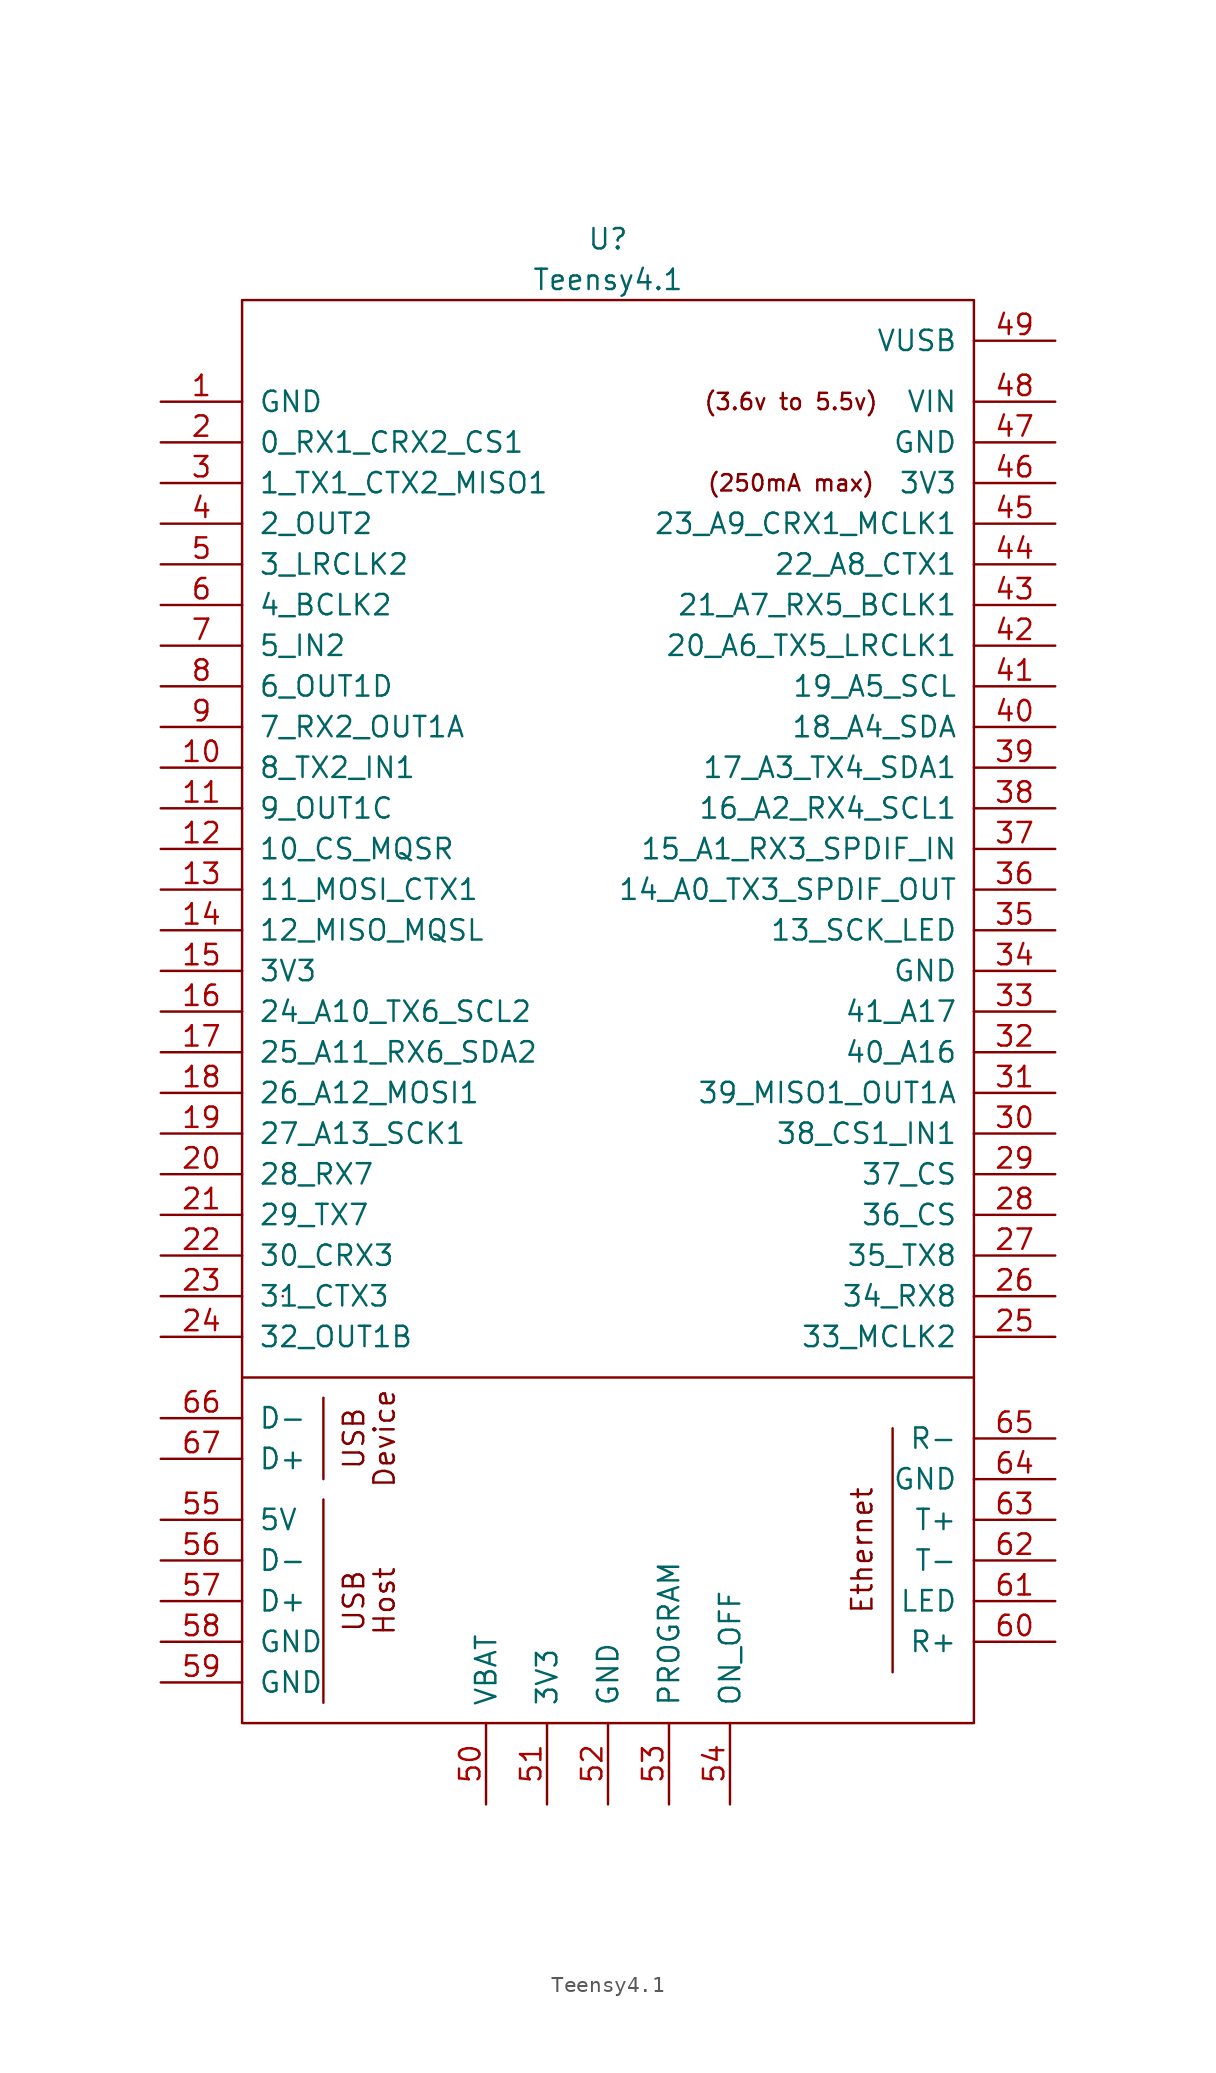
<source format=kicad_sym>
(kicad_symbol_lib
  (version 20231120)
  (generator "kicad_symbol_editor")
  (generator_version "8.0")
  (symbol "Teensy4.1"
    (pin_names
      (offset 1.016))
    (property "Reference" "U"
      (at 0 64.77 0)
      (effects (font (size 1.27 1.27))))
    (property "Value" "Teensy4.1"
      (at 0 62.23 0)
      (effects (font (size 1.27 1.27))))
    (symbol "Teensy4.1_0_0"
      (polyline (pts (xy -22.86 -6.35) (xy 22.86 -6.35)) (stroke (width 0) (type solid)) (fill (type none)))
      (polyline (pts (xy -17.78 -26.67) (xy -17.78 -13.97)) (stroke (width 0) (type solid)) (fill (type none)))
      (polyline (pts (xy -17.78 -7.62) (xy -17.78 -12.7)) (stroke (width 0) (type solid)) (fill (type none)))
      (polyline (pts (xy 17.78 -9.525) (xy 17.78 -24.765)) (stroke (width 0) (type solid)) (fill (type none)))
      (text "(250mA max)" (at 11.43 49.53 0) (effects (font (size 1.016 1.016))))
      (text "(3.6v to 5.5v)" (at 11.43 54.61 0) (effects (font (size 1.016 1.016))))
      (text "Device" (at -13.97 -10.16 900) (effects (font (size 1.27 1.27))))
      (text "Ethernet" (at 15.875 -17.145 900) (effects (font (size 1.27 1.27))))
      (text "Host" (at -13.97 -20.32 900) (effects (font (size 1.27 1.27))))
      (text "USB" (at -15.875 -20.32 900) (effects (font (size 1.27 1.27))))
      (text "USB" (at -15.875 -10.16 900) (effects (font (size 1.27 1.27))))
      (pin bidirectional line (at -27.94 31.75 0) (length 5.08) (name "8_TX2_IN1" (effects (font (size 1.27 1.27)))) (number "10" (effects (font (size 1.27 1.27)))))
      (pin bidirectional line (at -27.94 29.21 0) (length 5.08) (name "9_OUT1C" (effects (font (size 1.27 1.27)))) (number "11" (effects (font (size 1.27 1.27)))))
      (pin bidirectional line (at -27.94 26.67 0) (length 5.08) (name "10_CS_MQSR" (effects (font (size 1.27 1.27)))) (number "12" (effects (font (size 1.27 1.27)))))
      (pin bidirectional line (at -27.94 24.13 0) (length 5.08) (name "11_MOSI_CTX1" (effects (font (size 1.27 1.27)))) (number "13" (effects (font (size 1.27 1.27)))))
      (pin bidirectional line (at -27.94 21.59 0) (length 5.08) (name "12_MISO_MQSL" (effects (font (size 1.27 1.27)))) (number "14" (effects (font (size 1.27 1.27)))))
      (pin power_in line (at -27.94 19.05 0) (length 5.08) (name "3V3" (effects (font (size 1.27 1.27)))) (number "15" (effects (font (size 1.27 1.27)))))
      (pin bidirectional line (at -27.94 16.51 0) (length 5.08) (name "24_A10_TX6_SCL2" (effects (font (size 1.27 1.27)))) (number "16" (effects (font (size 1.27 1.27)))))
      (pin bidirectional line (at -27.94 13.97 0) (length 5.08) (name "25_A11_RX6_SDA2" (effects (font (size 1.27 1.27)))) (number "17" (effects (font (size 1.27 1.27)))))
      (pin bidirectional line (at -27.94 11.43 0) (length 5.08) (name "26_A12_MOSI1" (effects (font (size 1.27 1.27)))) (number "18" (effects (font (size 1.27 1.27)))))
      (pin bidirectional line (at -27.94 8.89 0) (length 5.08) (name "27_A13_SCK1" (effects (font (size 1.27 1.27)))) (number "19" (effects (font (size 1.27 1.27)))))
      (pin bidirectional line (at -27.94 6.35 0) (length 5.08) (name "28_RX7" (effects (font (size 1.27 1.27)))) (number "20" (effects (font (size 1.27 1.27)))))
      (pin bidirectional line (at -27.94 3.81 0) (length 5.08) (name "29_TX7" (effects (font (size 1.27 1.27)))) (number "21" (effects (font (size 1.27 1.27)))))
      (pin bidirectional line (at -27.94 1.27 0) (length 5.08) (name "30_CRX3" (effects (font (size 1.27 1.27)))) (number "22" (effects (font (size 1.27 1.27)))))
      (pin bidirectional line (at -27.94 -1.27 0) (length 5.08) (name "31_CTX3" (effects (font (size 1.27 1.27)))) (number "23" (effects (font (size 1.27 1.27)))))
      (pin bidirectional line (at -27.94 -3.81 0) (length 5.08) (name "32_OUT1B" (effects (font (size 1.27 1.27)))) (number "24" (effects (font (size 1.27 1.27)))))
      (pin bidirectional line (at 27.94 -3.81 180) (length 5.08) (name "33_MCLK2" (effects (font (size 1.27 1.27)))) (number "25" (effects (font (size 1.27 1.27)))))
      (pin bidirectional line (at 27.94 -1.27 180) (length 5.08) (name "34_RX8" (effects (font (size 1.27 1.27)))) (number "26" (effects (font (size 1.27 1.27)))))
      (pin bidirectional line (at 27.94 1.27 180) (length 5.08) (name "35_TX8" (effects (font (size 1.27 1.27)))) (number "27" (effects (font (size 1.27 1.27)))))
      (pin bidirectional line (at 27.94 3.81 180) (length 5.08) (name "36_CS" (effects (font (size 1.27 1.27)))) (number "28" (effects (font (size 1.27 1.27)))))
      (pin bidirectional line (at 27.94 6.35 180) (length 5.08) (name "37_CS" (effects (font (size 1.27 1.27)))) (number "29" (effects (font (size 1.27 1.27)))))
      (pin bidirectional line (at 27.94 8.89 180) (length 5.08) (name "38_CS1_IN1" (effects (font (size 1.27 1.27)))) (number "30" (effects (font (size 1.27 1.27)))))
      (pin bidirectional line (at 27.94 11.43 180) (length 5.08) (name "39_MISO1_OUT1A" (effects (font (size 1.27 1.27)))) (number "31" (effects (font (size 1.27 1.27)))))
      (pin bidirectional line (at 27.94 13.97 180) (length 5.08) (name "40_A16" (effects (font (size 1.27 1.27)))) (number "32" (effects (font (size 1.27 1.27)))))
      (pin bidirectional line (at 27.94 16.51 180) (length 5.08) (name "41_A17" (effects (font (size 1.27 1.27)))) (number "33" (effects (font (size 1.27 1.27)))))
      (pin bidirectional line (at 27.94 21.59 180) (length 5.08) (name "13_SCK_LED" (effects (font (size 1.27 1.27)))) (number "35" (effects (font (size 1.27 1.27)))))
      (pin bidirectional line (at 27.94 24.13 180) (length 5.08) (name "14_A0_TX3_SPDIF_OUT" (effects (font (size 1.27 1.27)))) (number "36" (effects (font (size 1.27 1.27)))))
      (pin bidirectional line (at 27.94 26.67 180) (length 5.08) (name "15_A1_RX3_SPDIF_IN" (effects (font (size 1.27 1.27)))) (number "37" (effects (font (size 1.27 1.27)))))
      (pin bidirectional line (at 27.94 29.21 180) (length 5.08) (name "16_A2_RX4_SCL1" (effects (font (size 1.27 1.27)))) (number "38" (effects (font (size 1.27 1.27)))))
      (pin bidirectional line (at 27.94 31.75 180) (length 5.08) (name "17_A3_TX4_SDA1" (effects (font (size 1.27 1.27)))) (number "39" (effects (font (size 1.27 1.27)))))
      (pin bidirectional line (at 27.94 34.29 180) (length 5.08) (name "18_A4_SDA" (effects (font (size 1.27 1.27)))) (number "40" (effects (font (size 1.27 1.27)))))
      (pin bidirectional line (at 27.94 36.83 180) (length 5.08) (name "19_A5_SCL" (effects (font (size 1.27 1.27)))) (number "41" (effects (font (size 1.27 1.27)))))
      (pin bidirectional line (at 27.94 39.37 180) (length 5.08) (name "20_A6_TX5_LRCLK1" (effects (font (size 1.27 1.27)))) (number "42" (effects (font (size 1.27 1.27)))))
      (pin bidirectional line (at 27.94 41.91 180) (length 5.08) (name "21_A7_RX5_BCLK1" (effects (font (size 1.27 1.27)))) (number "43" (effects (font (size 1.27 1.27)))))
      (pin bidirectional line (at 27.94 44.45 180) (length 5.08) (name "22_A8_CTX1" (effects (font (size 1.27 1.27)))) (number "44" (effects (font (size 1.27 1.27)))))
      (pin bidirectional line (at 27.94 46.99 180) (length 5.08) (name "23_A9_CRX1_MCLK1" (effects (font (size 1.27 1.27)))) (number "45" (effects (font (size 1.27 1.27)))))
      (pin output line (at 27.94 49.53 180) (length 5.08) (name "3V3" (effects (font (size 1.27 1.27)))) (number "46" (effects (font (size 1.27 1.27)))))
      (pin input line (at 27.94 52.07 180) (length 5.08) (name "GND" (effects (font (size 1.27 1.27)))) (number "47" (effects (font (size 1.27 1.27)))))
      (pin power_in line (at 27.94 54.61 180) (length 5.08) (name "VIN" (effects (font (size 1.27 1.27)))) (number "48" (effects (font (size 1.27 1.27)))))
      (pin power_out line (at 27.94 58.42 180) (length 5.08) (name "VUSB" (effects (font (size 1.27 1.27)))) (number "49" (effects (font (size 1.27 1.27)))))
      (pin bidirectional line (at -27.94 44.45 0) (length 5.08) (name "3_LRCLK2" (effects (font (size 1.27 1.27)))) (number "5" (effects (font (size 1.27 1.27)))))
      (pin power_in line (at -7.62 -33.02 90) (length 5.08) (name "VBAT" (effects (font (size 1.27 1.27)))) (number "50" (effects (font (size 1.27 1.27)))))
      (pin power_in line (at -3.81 -33.02 90) (length 5.08) (name "3V3" (effects (font (size 1.27 1.27)))) (number "51" (effects (font (size 1.27 1.27)))))
      (pin input line (at 0 -33.02 90) (length 5.08) (name "GND" (effects (font (size 1.27 1.27)))) (number "52" (effects (font (size 1.27 1.27)))))
      (pin input line (at 3.81 -33.02 90) (length 5.08) (name "PROGRAM" (effects (font (size 1.27 1.27)))) (number "53" (effects (font (size 1.27 1.27)))))
      (pin input line (at 7.62 -33.02 90) (length 5.08) (name "ON_OFF" (effects (font (size 1.27 1.27)))) (number "54" (effects (font (size 1.27 1.27)))))
      (pin power_out line (at -27.94 -15.24 0) (length 5.08) (name "5V" (effects (font (size 1.27 1.27)))) (number "55" (effects (font (size 1.27 1.27)))))
      (pin bidirectional line (at -27.94 -17.78 0) (length 5.08) (name "D-" (effects (font (size 1.27 1.27)))) (number "56" (effects (font (size 1.27 1.27)))))
      (pin bidirectional line (at -27.94 -20.32 0) (length 5.08) (name "D+" (effects (font (size 1.27 1.27)))) (number "57" (effects (font (size 1.27 1.27)))))
      (pin power_in line (at -27.94 -22.86 0) (length 5.08) (name "GND" (effects (font (size 1.27 1.27)))) (number "58" (effects (font (size 1.27 1.27)))))
      (pin power_in line (at -27.94 -25.4 0) (length 5.08) (name "GND" (effects (font (size 1.27 1.27)))) (number "59" (effects (font (size 1.27 1.27)))))
      (pin bidirectional line (at -27.94 41.91 0) (length 5.08) (name "4_BCLK2" (effects (font (size 1.27 1.27)))) (number "6" (effects (font (size 1.27 1.27)))))
      (pin bidirectional line (at 27.94 -22.86 180) (length 5.08) (name "R+" (effects (font (size 1.27 1.27)))) (number "60" (effects (font (size 1.27 1.27)))))
      (pin bidirectional line (at 27.94 -20.32 180) (length 5.08) (name "LED" (effects (font (size 1.27 1.27)))) (number "61" (effects (font (size 1.27 1.27)))))
      (pin bidirectional line (at 27.94 -17.78 180) (length 5.08) (name "T-" (effects (font (size 1.27 1.27)))) (number "62" (effects (font (size 1.27 1.27)))))
      (pin bidirectional line (at 27.94 -15.24 180) (length 5.08) (name "T+" (effects (font (size 1.27 1.27)))) (number "63" (effects (font (size 1.27 1.27)))))
      (pin power_in line (at 27.94 -12.7 180) (length 5.08) (name "GND" (effects (font (size 1.27 1.27)))) (number "64" (effects (font (size 1.27 1.27)))))
      (pin bidirectional line (at 27.94 -10.16 180) (length 5.08) (name "R-" (effects (font (size 1.27 1.27)))) (number "65" (effects (font (size 1.27 1.27)))))
      (pin bidirectional line (at -27.94 -8.89 0) (length 5.08) (name "D-" (effects (font (size 1.27 1.27)))) (number "66" (effects (font (size 1.27 1.27)))))
      (pin bidirectional line (at -27.94 -11.43 0) (length 5.08) (name "D+" (effects (font (size 1.27 1.27)))) (number "67" (effects (font (size 1.27 1.27)))))
      (pin bidirectional line (at -27.94 39.37 0) (length 5.08) (name "5_IN2" (effects (font (size 1.27 1.27)))) (number "7" (effects (font (size 1.27 1.27)))))
      (pin bidirectional line (at -27.94 36.83 0) (length 5.08) (name "6_OUT1D" (effects (font (size 1.27 1.27)))) (number "8" (effects (font (size 1.27 1.27)))))
      (pin bidirectional line (at -27.94 34.29 0) (length 5.08) (name "7_RX2_OUT1A" (effects (font (size 1.27 1.27)))) (number "9" (effects (font (size 1.27 1.27))))))
    (symbol "Teensy4.1_0_1"
      (rectangle (start -22.86 60.96) (end 22.86 -27.94) (stroke (width 0) (type solid)) (fill (type none)))
      (rectangle (start -20.32 -1.27) (end -20.32 -1.27) (stroke (width 0) (type solid)) (fill (type none))))
    (symbol "Teensy4.1_1_1"
      (pin power_in line (at -27.94 54.61 0) (length 5.08) (name "GND" (effects (font (size 1.27 1.27)))) (number "1" (effects (font (size 1.27 1.27)))))
      (pin bidirectional line (at -27.94 52.07 0) (length 5.08) (name "0_RX1_CRX2_CS1" (effects (font (size 1.27 1.27)))) (number "2" (effects (font (size 1.27 1.27)))))
      (pin bidirectional line (at -27.94 49.53 0) (length 5.08) (name "1_TX1_CTX2_MISO1" (effects (font (size 1.27 1.27)))) (number "3" (effects (font (size 1.27 1.27)))))
      (pin power_in line (at 27.94 19.05 180) (length 5.08) (name "GND" (effects (font (size 1.27 1.27)))) (number "34" (effects (font (size 1.27 1.27)))))
      (pin bidirectional line (at -27.94 46.99 0) (length 5.08) (name "2_OUT2" (effects (font (size 1.27 1.27)))) (number "4" (effects (font (size 1.27 1.27))))))))
</source>
